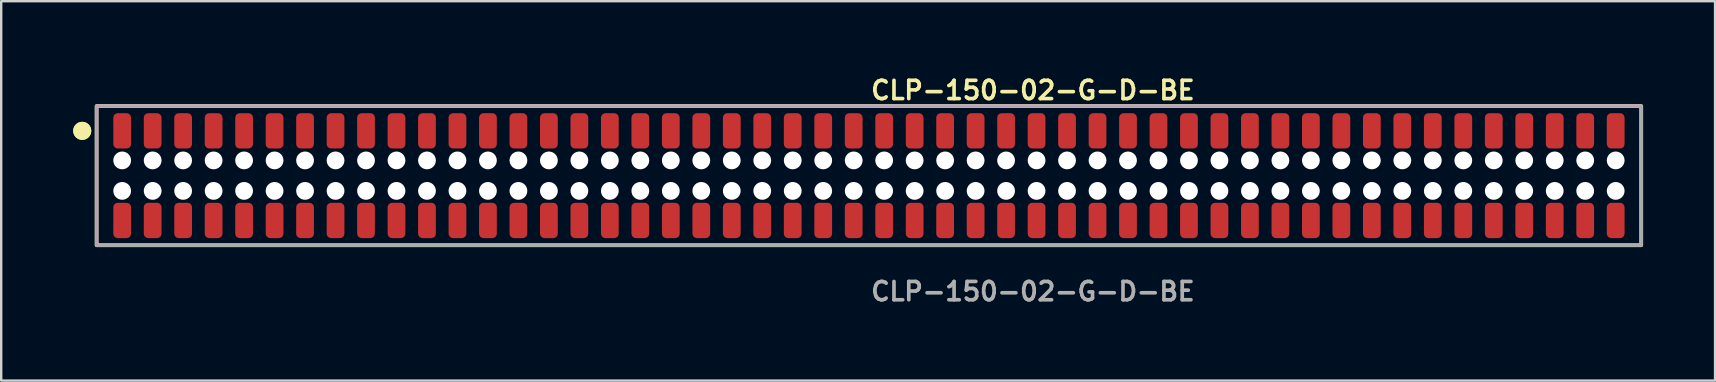
<source format=kicad_pcb>
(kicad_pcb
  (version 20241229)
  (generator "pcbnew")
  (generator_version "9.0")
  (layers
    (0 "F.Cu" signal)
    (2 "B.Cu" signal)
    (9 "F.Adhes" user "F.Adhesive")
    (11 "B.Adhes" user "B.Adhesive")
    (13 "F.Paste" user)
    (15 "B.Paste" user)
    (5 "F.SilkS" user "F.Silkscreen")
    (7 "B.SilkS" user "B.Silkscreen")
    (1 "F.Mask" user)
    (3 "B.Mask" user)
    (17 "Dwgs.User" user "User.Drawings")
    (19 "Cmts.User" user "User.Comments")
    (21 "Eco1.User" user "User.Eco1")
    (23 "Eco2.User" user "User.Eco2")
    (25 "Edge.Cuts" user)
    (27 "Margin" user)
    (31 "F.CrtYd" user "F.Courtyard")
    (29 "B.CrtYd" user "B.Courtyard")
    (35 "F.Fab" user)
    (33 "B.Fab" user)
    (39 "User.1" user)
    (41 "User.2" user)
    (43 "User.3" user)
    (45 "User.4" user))
  (footprint "CLP-150-02-G-D-BE"
    (layer "F.Cu")
    (at 33.156 4.269)
    (property "Reference" "CLP-150-02-G-D-BE" (at 0 -3.556 0) (unlocked yes) (layer "F.SilkS") (effects (font (size 0.762 0.762) (thickness 0.152)) (justify left)))
    (fp_rect (start -32.18 2.9) (end 32.18 -2.9) (stroke (width 0.152) (type solid)) (fill no) (layer "F.SilkS"))
    (fp_circle (center -32.78 -1.867) (end -33.08 -1.867) (stroke (width 0.152) (type solid)) (fill yes) (layer "F.SilkS"))
    (fp_circle (center -32.78 -1.867) (end -33.08 -1.867) (stroke (width 0.152) (type solid)) (fill yes) (layer "F.SilkS"))
    (fp_rect (start -32.18 2.9) (end 32.18 -2.9) (stroke (width 0.006) (type solid)) (fill no) (layer "F.CrtYd"))
    (fp_rect (start -32.18 2.9) (end 32.18 -2.9) (stroke (width 0.152) (type solid)) (fill no) (layer "F.Fab"))
    (fp_text user "${REFERENCE}" (at 0 4.826 0) (unlocked yes) (layer "F.Fab") (effects (font (size 0.762 0.762) (thickness 0.152)) (justify left)))
    (pad "" np_thru_hole circle (at -31.115 -0.635) (size 0.74 0.74) (drill 0.74) (layers "*.Cu" "*.Mask"))
    (pad "" np_thru_hole circle (at -31.115 0.635) (size 0.74 0.74) (drill 0.74) (layers "*.Cu" "*.Mask"))
    (pad "" np_thru_hole circle (at -29.845 -0.635) (size 0.74 0.74) (drill 0.74) (layers "*.Cu" "*.Mask"))
    (pad "" np_thru_hole circle (at -29.845 0.635) (size 0.74 0.74) (drill 0.74) (layers "*.Cu" "*.Mask"))
    (pad "" np_thru_hole circle (at -28.575 -0.635) (size 0.74 0.74) (drill 0.74) (layers "*.Cu" "*.Mask"))
    (pad "" np_thru_hole circle (at -28.575 0.635) (size 0.74 0.74) (drill 0.74) (layers "*.Cu" "*.Mask"))
    (pad "" np_thru_hole circle (at -27.305 -0.635) (size 0.74 0.74) (drill 0.74) (layers "*.Cu" "*.Mask"))
    (pad "" np_thru_hole circle (at -27.305 0.635) (size 0.74 0.74) (drill 0.74) (layers "*.Cu" "*.Mask"))
    (pad "" np_thru_hole circle (at -26.035 -0.635) (size 0.74 0.74) (drill 0.74) (layers "*.Cu" "*.Mask"))
    (pad "" np_thru_hole circle (at -26.035 0.635) (size 0.74 0.74) (drill 0.74) (layers "*.Cu" "*.Mask"))
    (pad "" np_thru_hole circle (at -24.765 -0.635) (size 0.74 0.74) (drill 0.74) (layers "*.Cu" "*.Mask"))
    (pad "" np_thru_hole circle (at -24.765 0.635) (size 0.74 0.74) (drill 0.74) (layers "*.Cu" "*.Mask"))
    (pad "" np_thru_hole circle (at -23.495 -0.635) (size 0.74 0.74) (drill 0.74) (layers "*.Cu" "*.Mask"))
    (pad "" np_thru_hole circle (at -23.495 0.635) (size 0.74 0.74) (drill 0.74) (layers "*.Cu" "*.Mask"))
    (pad "" np_thru_hole circle (at -22.225 -0.635) (size 0.74 0.74) (drill 0.74) (layers "*.Cu" "*.Mask"))
    (pad "" np_thru_hole circle (at -22.225 0.635) (size 0.74 0.74) (drill 0.74) (layers "*.Cu" "*.Mask"))
    (pad "" np_thru_hole circle (at -20.955 -0.635) (size 0.74 0.74) (drill 0.74) (layers "*.Cu" "*.Mask"))
    (pad "" np_thru_hole circle (at -20.955 0.635) (size 0.74 0.74) (drill 0.74) (layers "*.Cu" "*.Mask"))
    (pad "" np_thru_hole circle (at -19.685 -0.635) (size 0.74 0.74) (drill 0.74) (layers "*.Cu" "*.Mask"))
    (pad "" np_thru_hole circle (at -19.685 0.635) (size 0.74 0.74) (drill 0.74) (layers "*.Cu" "*.Mask"))
    (pad "" np_thru_hole circle (at -18.415 -0.635) (size 0.74 0.74) (drill 0.74) (layers "*.Cu" "*.Mask"))
    (pad "" np_thru_hole circle (at -18.415 0.635) (size 0.74 0.74) (drill 0.74) (layers "*.Cu" "*.Mask"))
    (pad "" np_thru_hole circle (at -17.145 -0.635) (size 0.74 0.74) (drill 0.74) (layers "*.Cu" "*.Mask"))
    (pad "" np_thru_hole circle (at -17.145 0.635) (size 0.74 0.74) (drill 0.74) (layers "*.Cu" "*.Mask"))
    (pad "" np_thru_hole circle (at -15.875 -0.635) (size 0.74 0.74) (drill 0.74) (layers "*.Cu" "*.Mask"))
    (pad "" np_thru_hole circle (at -15.875 0.635) (size 0.74 0.74) (drill 0.74) (layers "*.Cu" "*.Mask"))
    (pad "" np_thru_hole circle (at -14.605 -0.635) (size 0.74 0.74) (drill 0.74) (layers "*.Cu" "*.Mask"))
    (pad "" np_thru_hole circle (at -14.605 0.635) (size 0.74 0.74) (drill 0.74) (layers "*.Cu" "*.Mask"))
    (pad "" np_thru_hole circle (at -13.335 -0.635) (size 0.74 0.74) (drill 0.74) (layers "*.Cu" "*.Mask"))
    (pad "" np_thru_hole circle (at -13.335 0.635) (size 0.74 0.74) (drill 0.74) (layers "*.Cu" "*.Mask"))
    (pad "" np_thru_hole circle (at -12.065 -0.635) (size 0.74 0.74) (drill 0.74) (layers "*.Cu" "*.Mask"))
    (pad "" np_thru_hole circle (at -12.065 0.635) (size 0.74 0.74) (drill 0.74) (layers "*.Cu" "*.Mask"))
    (pad "" np_thru_hole circle (at -10.795 -0.635) (size 0.74 0.74) (drill 0.74) (layers "*.Cu" "*.Mask"))
    (pad "" np_thru_hole circle (at -10.795 0.635) (size 0.74 0.74) (drill 0.74) (layers "*.Cu" "*.Mask"))
    (pad "" np_thru_hole circle (at -9.525 -0.635) (size 0.74 0.74) (drill 0.74) (layers "*.Cu" "*.Mask"))
    (pad "" np_thru_hole circle (at -9.525 0.635) (size 0.74 0.74) (drill 0.74) (layers "*.Cu" "*.Mask"))
    (pad "" np_thru_hole circle (at -8.255 -0.635) (size 0.74 0.74) (drill 0.74) (layers "*.Cu" "*.Mask"))
    (pad "" np_thru_hole circle (at -8.255 0.635) (size 0.74 0.74) (drill 0.74) (layers "*.Cu" "*.Mask"))
    (pad "" np_thru_hole circle (at -6.985 -0.635) (size 0.74 0.74) (drill 0.74) (layers "*.Cu" "*.Mask"))
    (pad "" np_thru_hole circle (at -6.985 0.635) (size 0.74 0.74) (drill 0.74) (layers "*.Cu" "*.Mask"))
    (pad "" np_thru_hole circle (at -5.715 -0.635) (size 0.74 0.74) (drill 0.74) (layers "*.Cu" "*.Mask"))
    (pad "" np_thru_hole circle (at -5.715 0.635) (size 0.74 0.74) (drill 0.74) (layers "*.Cu" "*.Mask"))
    (pad "" np_thru_hole circle (at -4.445 -0.635) (size 0.74 0.74) (drill 0.74) (layers "*.Cu" "*.Mask"))
    (pad "" np_thru_hole circle (at -4.445 0.635) (size 0.74 0.74) (drill 0.74) (layers "*.Cu" "*.Mask"))
    (pad "" np_thru_hole circle (at -3.175 -0.635) (size 0.74 0.74) (drill 0.74) (layers "*.Cu" "*.Mask"))
    (pad "" np_thru_hole circle (at -3.175 0.635) (size 0.74 0.74) (drill 0.74) (layers "*.Cu" "*.Mask"))
    (pad "" np_thru_hole circle (at -1.905 -0.635) (size 0.74 0.74) (drill 0.74) (layers "*.Cu" "*.Mask"))
    (pad "" np_thru_hole circle (at -1.905 0.635) (size 0.74 0.74) (drill 0.74) (layers "*.Cu" "*.Mask"))
    (pad "" np_thru_hole circle (at -0.635 -0.635) (size 0.74 0.74) (drill 0.74) (layers "*.Cu" "*.Mask"))
    (pad "" np_thru_hole circle (at -0.635 0.635) (size 0.74 0.74) (drill 0.74) (layers "*.Cu" "*.Mask"))
    (pad "" np_thru_hole circle (at 0.635 -0.635) (size 0.74 0.74) (drill 0.74) (layers "*.Cu" "*.Mask"))
    (pad "" np_thru_hole circle (at 0.635 0.635) (size 0.74 0.74) (drill 0.74) (layers "*.Cu" "*.Mask"))
    (pad "" np_thru_hole circle (at 1.905 -0.635) (size 0.74 0.74) (drill 0.74) (layers "*.Cu" "*.Mask"))
    (pad "" np_thru_hole circle (at 1.905 0.635) (size 0.74 0.74) (drill 0.74) (layers "*.Cu" "*.Mask"))
    (pad "" np_thru_hole circle (at 3.175 -0.635) (size 0.74 0.74) (drill 0.74) (layers "*.Cu" "*.Mask"))
    (pad "" np_thru_hole circle (at 3.175 0.635) (size 0.74 0.74) (drill 0.74) (layers "*.Cu" "*.Mask"))
    (pad "" np_thru_hole circle (at 4.445 -0.635) (size 0.74 0.74) (drill 0.74) (layers "*.Cu" "*.Mask"))
    (pad "" np_thru_hole circle (at 4.445 0.635) (size 0.74 0.74) (drill 0.74) (layers "*.Cu" "*.Mask"))
    (pad "" np_thru_hole circle (at 5.715 -0.635) (size 0.74 0.74) (drill 0.74) (layers "*.Cu" "*.Mask"))
    (pad "" np_thru_hole circle (at 5.715 0.635) (size 0.74 0.74) (drill 0.74) (layers "*.Cu" "*.Mask"))
    (pad "" np_thru_hole circle (at 6.985 -0.635) (size 0.74 0.74) (drill 0.74) (layers "*.Cu" "*.Mask"))
    (pad "" np_thru_hole circle (at 6.985 0.635) (size 0.74 0.74) (drill 0.74) (layers "*.Cu" "*.Mask"))
    (pad "" np_thru_hole circle (at 8.255 -0.635) (size 0.74 0.74) (drill 0.74) (layers "*.Cu" "*.Mask"))
    (pad "" np_thru_hole circle (at 8.255 0.635) (size 0.74 0.74) (drill 0.74) (layers "*.Cu" "*.Mask"))
    (pad "" np_thru_hole circle (at 9.525 -0.635) (size 0.74 0.74) (drill 0.74) (layers "*.Cu" "*.Mask"))
    (pad "" np_thru_hole circle (at 9.525 0.635) (size 0.74 0.74) (drill 0.74) (layers "*.Cu" "*.Mask"))
    (pad "" np_thru_hole circle (at 10.795 -0.635) (size 0.74 0.74) (drill 0.74) (layers "*.Cu" "*.Mask"))
    (pad "" np_thru_hole circle (at 10.795 0.635) (size 0.74 0.74) (drill 0.74) (layers "*.Cu" "*.Mask"))
    (pad "" np_thru_hole circle (at 12.065 -0.635) (size 0.74 0.74) (drill 0.74) (layers "*.Cu" "*.Mask"))
    (pad "" np_thru_hole circle (at 12.065 0.635) (size 0.74 0.74) (drill 0.74) (layers "*.Cu" "*.Mask"))
    (pad "" np_thru_hole circle (at 13.335 -0.635) (size 0.74 0.74) (drill 0.74) (layers "*.Cu" "*.Mask"))
    (pad "" np_thru_hole circle (at 13.335 0.635) (size 0.74 0.74) (drill 0.74) (layers "*.Cu" "*.Mask"))
    (pad "" np_thru_hole circle (at 14.605 -0.635) (size 0.74 0.74) (drill 0.74) (layers "*.Cu" "*.Mask"))
    (pad "" np_thru_hole circle (at 14.605 0.635) (size 0.74 0.74) (drill 0.74) (layers "*.Cu" "*.Mask"))
    (pad "" np_thru_hole circle (at 15.875 -0.635) (size 0.74 0.74) (drill 0.74) (layers "*.Cu" "*.Mask"))
    (pad "" np_thru_hole circle (at 15.875 0.635) (size 0.74 0.74) (drill 0.74) (layers "*.Cu" "*.Mask"))
    (pad "" np_thru_hole circle (at 17.145 -0.635) (size 0.74 0.74) (drill 0.74) (layers "*.Cu" "*.Mask"))
    (pad "" np_thru_hole circle (at 17.145 0.635) (size 0.74 0.74) (drill 0.74) (layers "*.Cu" "*.Mask"))
    (pad "" np_thru_hole circle (at 18.415 -0.635) (size 0.74 0.74) (drill 0.74) (layers "*.Cu" "*.Mask"))
    (pad "" np_thru_hole circle (at 18.415 0.635) (size 0.74 0.74) (drill 0.74) (layers "*.Cu" "*.Mask"))
    (pad "" np_thru_hole circle (at 19.685 -0.635) (size 0.74 0.74) (drill 0.74) (layers "*.Cu" "*.Mask"))
    (pad "" np_thru_hole circle (at 19.685 0.635) (size 0.74 0.74) (drill 0.74) (layers "*.Cu" "*.Mask"))
    (pad "" np_thru_hole circle (at 20.955 -0.635) (size 0.74 0.74) (drill 0.74) (layers "*.Cu" "*.Mask"))
    (pad "" np_thru_hole circle (at 20.955 0.635) (size 0.74 0.74) (drill 0.74) (layers "*.Cu" "*.Mask"))
    (pad "" np_thru_hole circle (at 22.225 -0.635) (size 0.74 0.74) (drill 0.74) (layers "*.Cu" "*.Mask"))
    (pad "" np_thru_hole circle (at 22.225 0.635) (size 0.74 0.74) (drill 0.74) (layers "*.Cu" "*.Mask"))
    (pad "" np_thru_hole circle (at 23.495 -0.635) (size 0.74 0.74) (drill 0.74) (layers "*.Cu" "*.Mask"))
    (pad "" np_thru_hole circle (at 23.495 0.635) (size 0.74 0.74) (drill 0.74) (layers "*.Cu" "*.Mask"))
    (pad "" np_thru_hole circle (at 24.765 -0.635) (size 0.74 0.74) (drill 0.74) (layers "*.Cu" "*.Mask"))
    (pad "" np_thru_hole circle (at 24.765 0.635) (size 0.74 0.74) (drill 0.74) (layers "*.Cu" "*.Mask"))
    (pad "" np_thru_hole circle (at 26.035 -0.635) (size 0.74 0.74) (drill 0.74) (layers "*.Cu" "*.Mask"))
    (pad "" np_thru_hole circle (at 26.035 0.635) (size 0.74 0.74) (drill 0.74) (layers "*.Cu" "*.Mask"))
    (pad "" np_thru_hole circle (at 27.305 -0.635) (size 0.74 0.74) (drill 0.74) (layers "*.Cu" "*.Mask"))
    (pad "" np_thru_hole circle (at 27.305 0.635) (size 0.74 0.74) (drill 0.74) (layers "*.Cu" "*.Mask"))
    (pad "" np_thru_hole circle (at 28.575 -0.635) (size 0.74 0.74) (drill 0.74) (layers "*.Cu" "*.Mask"))
    (pad "" np_thru_hole circle (at 28.575 0.635) (size 0.74 0.74) (drill 0.74) (layers "*.Cu" "*.Mask"))
    (pad "" np_thru_hole circle (at 29.845 -0.635) (size 0.74 0.74) (drill 0.74) (layers "*.Cu" "*.Mask"))
    (pad "" np_thru_hole circle (at 29.845 0.635) (size 0.74 0.74) (drill 0.74) (layers "*.Cu" "*.Mask"))
    (pad "" np_thru_hole circle (at 31.115 -0.635) (size 0.74 0.74) (drill 0.74) (layers "*.Cu" "*.Mask"))
    (pad "" np_thru_hole circle (at 31.115 0.635) (size 0.74 0.74) (drill 0.74) (layers "*.Cu" "*.Mask"))
    (pad "1" smd roundrect (at -31.115 -1.867) (size 0.74 1.47) (layers "F.Cu" "F.Paste") (roundrect_rratio 0.25))
    (pad "2" smd roundrect (at -31.115 1.867) (size 0.74 1.47) (layers "F.Cu" "F.Paste") (roundrect_rratio 0.25))
    (pad "3" smd roundrect (at -29.845 -1.867) (size 0.74 1.47) (layers "F.Cu" "F.Paste") (roundrect_rratio 0.25))
    (pad "4" smd roundrect (at -29.845 1.867) (size 0.74 1.47) (layers "F.Cu" "F.Paste") (roundrect_rratio 0.25))
    (pad "5" smd roundrect (at -28.575 -1.867) (size 0.74 1.47) (layers "F.Cu" "F.Paste") (roundrect_rratio 0.25))
    (pad "6" smd roundrect (at -28.575 1.867) (size 0.74 1.47) (layers "F.Cu" "F.Paste") (roundrect_rratio 0.25))
    (pad "7" smd roundrect (at -27.305 -1.867) (size 0.74 1.47) (layers "F.Cu" "F.Paste") (roundrect_rratio 0.25))
    (pad "8" smd roundrect (at -27.305 1.867) (size 0.74 1.47) (layers "F.Cu" "F.Paste") (roundrect_rratio 0.25))
    (pad "9" smd roundrect (at -26.035 -1.867) (size 0.74 1.47) (layers "F.Cu" "F.Paste") (roundrect_rratio 0.25))
    (pad "10" smd roundrect (at -26.035 1.867) (size 0.74 1.47) (layers "F.Cu" "F.Paste") (roundrect_rratio 0.25))
    (pad "11" smd roundrect (at -24.765 -1.867) (size 0.74 1.47) (layers "F.Cu" "F.Paste") (roundrect_rratio 0.25))
    (pad "12" smd roundrect (at -24.765 1.867) (size 0.74 1.47) (layers "F.Cu" "F.Paste") (roundrect_rratio 0.25))
    (pad "13" smd roundrect (at -23.495 -1.867) (size 0.74 1.47) (layers "F.Cu" "F.Paste") (roundrect_rratio 0.25))
    (pad "14" smd roundrect (at -23.495 1.867) (size 0.74 1.47) (layers "F.Cu" "F.Paste") (roundrect_rratio 0.25))
    (pad "15" smd roundrect (at -22.225 -1.867) (size 0.74 1.47) (layers "F.Cu" "F.Paste") (roundrect_rratio 0.25))
    (pad "16" smd roundrect (at -22.225 1.867) (size 0.74 1.47) (layers "F.Cu" "F.Paste") (roundrect_rratio 0.25))
    (pad "17" smd roundrect (at -20.955 -1.867) (size 0.74 1.47) (layers "F.Cu" "F.Paste") (roundrect_rratio 0.25))
    (pad "18" smd roundrect (at -20.955 1.867) (size 0.74 1.47) (layers "F.Cu" "F.Paste") (roundrect_rratio 0.25))
    (pad "19" smd roundrect (at -19.685 -1.867) (size 0.74 1.47) (layers "F.Cu" "F.Paste") (roundrect_rratio 0.25))
    (pad "20" smd roundrect (at -19.685 1.867) (size 0.74 1.47) (layers "F.Cu" "F.Paste") (roundrect_rratio 0.25))
    (pad "21" smd roundrect (at -18.415 -1.867) (size 0.74 1.47) (layers "F.Cu" "F.Paste") (roundrect_rratio 0.25))
    (pad "22" smd roundrect (at -18.415 1.867) (size 0.74 1.47) (layers "F.Cu" "F.Paste") (roundrect_rratio 0.25))
    (pad "23" smd roundrect (at -17.145 -1.867) (size 0.74 1.47) (layers "F.Cu" "F.Paste") (roundrect_rratio 0.25))
    (pad "24" smd roundrect (at -17.145 1.867) (size 0.74 1.47) (layers "F.Cu" "F.Paste") (roundrect_rratio 0.25))
    (pad "25" smd roundrect (at -15.875 -1.867) (size 0.74 1.47) (layers "F.Cu" "F.Paste") (roundrect_rratio 0.25))
    (pad "26" smd roundrect (at -15.875 1.867) (size 0.74 1.47) (layers "F.Cu" "F.Paste") (roundrect_rratio 0.25))
    (pad "27" smd roundrect (at -14.605 -1.867) (size 0.74 1.47) (layers "F.Cu" "F.Paste") (roundrect_rratio 0.25))
    (pad "28" smd roundrect (at -14.605 1.867) (size 0.74 1.47) (layers "F.Cu" "F.Paste") (roundrect_rratio 0.25))
    (pad "29" smd roundrect (at -13.335 -1.867) (size 0.74 1.47) (layers "F.Cu" "F.Paste") (roundrect_rratio 0.25))
    (pad "30" smd roundrect (at -13.335 1.867) (size 0.74 1.47) (layers "F.Cu" "F.Paste") (roundrect_rratio 0.25))
    (pad "31" smd roundrect (at -12.065 -1.867) (size 0.74 1.47) (layers "F.Cu" "F.Paste") (roundrect_rratio 0.25))
    (pad "32" smd roundrect (at -12.065 1.867) (size 0.74 1.47) (layers "F.Cu" "F.Paste") (roundrect_rratio 0.25))
    (pad "33" smd roundrect (at -10.795 -1.867) (size 0.74 1.47) (layers "F.Cu" "F.Paste") (roundrect_rratio 0.25))
    (pad "34" smd roundrect (at -10.795 1.867) (size 0.74 1.47) (layers "F.Cu" "F.Paste") (roundrect_rratio 0.25))
    (pad "35" smd roundrect (at -9.525 -1.867) (size 0.74 1.47) (layers "F.Cu" "F.Paste") (roundrect_rratio 0.25))
    (pad "36" smd roundrect (at -9.525 1.867) (size 0.74 1.47) (layers "F.Cu" "F.Paste") (roundrect_rratio 0.25))
    (pad "37" smd roundrect (at -8.255 -1.867) (size 0.74 1.47) (layers "F.Cu" "F.Paste") (roundrect_rratio 0.25))
    (pad "38" smd roundrect (at -8.255 1.867) (size 0.74 1.47) (layers "F.Cu" "F.Paste") (roundrect_rratio 0.25))
    (pad "39" smd roundrect (at -6.985 -1.867) (size 0.74 1.47) (layers "F.Cu" "F.Paste") (roundrect_rratio 0.25))
    (pad "40" smd roundrect (at -6.985 1.867) (size 0.74 1.47) (layers "F.Cu" "F.Paste") (roundrect_rratio 0.25))
    (pad "41" smd roundrect (at -5.715 -1.867) (size 0.74 1.47) (layers "F.Cu" "F.Paste") (roundrect_rratio 0.25))
    (pad "42" smd roundrect (at -5.715 1.867) (size 0.74 1.47) (layers "F.Cu" "F.Paste") (roundrect_rratio 0.25))
    (pad "43" smd roundrect (at -4.445 -1.867) (size 0.74 1.47) (layers "F.Cu" "F.Paste") (roundrect_rratio 0.25))
    (pad "44" smd roundrect (at -4.445 1.867) (size 0.74 1.47) (layers "F.Cu" "F.Paste") (roundrect_rratio 0.25))
    (pad "45" smd roundrect (at -3.175 -1.867) (size 0.74 1.47) (layers "F.Cu" "F.Paste") (roundrect_rratio 0.25))
    (pad "46" smd roundrect (at -3.175 1.867) (size 0.74 1.47) (layers "F.Cu" "F.Paste") (roundrect_rratio 0.25))
    (pad "47" smd roundrect (at -1.905 -1.867) (size 0.74 1.47) (layers "F.Cu" "F.Paste") (roundrect_rratio 0.25))
    (pad "48" smd roundrect (at -1.905 1.867) (size 0.74 1.47) (layers "F.Cu" "F.Paste") (roundrect_rratio 0.25))
    (pad "49" smd roundrect (at -0.635 -1.867) (size 0.74 1.47) (layers "F.Cu" "F.Paste") (roundrect_rratio 0.25))
    (pad "50" smd roundrect (at -0.635 1.867) (size 0.74 1.47) (layers "F.Cu" "F.Paste") (roundrect_rratio 0.25))
    (pad "51" smd roundrect (at 0.635 -1.867) (size 0.74 1.47) (layers "F.Cu" "F.Paste") (roundrect_rratio 0.25))
    (pad "52" smd roundrect (at 0.635 1.867) (size 0.74 1.47) (layers "F.Cu" "F.Paste") (roundrect_rratio 0.25))
    (pad "53" smd roundrect (at 1.905 -1.867) (size 0.74 1.47) (layers "F.Cu" "F.Paste") (roundrect_rratio 0.25))
    (pad "54" smd roundrect (at 1.905 1.867) (size 0.74 1.47) (layers "F.Cu" "F.Paste") (roundrect_rratio 0.25))
    (pad "55" smd roundrect (at 3.175 -1.867) (size 0.74 1.47) (layers "F.Cu" "F.Paste") (roundrect_rratio 0.25))
    (pad "56" smd roundrect (at 3.175 1.867) (size 0.74 1.47) (layers "F.Cu" "F.Paste") (roundrect_rratio 0.25))
    (pad "57" smd roundrect (at 4.445 -1.867) (size 0.74 1.47) (layers "F.Cu" "F.Paste") (roundrect_rratio 0.25))
    (pad "58" smd roundrect (at 4.445 1.867) (size 0.74 1.47) (layers "F.Cu" "F.Paste") (roundrect_rratio 0.25))
    (pad "59" smd roundrect (at 5.715 -1.867) (size 0.74 1.47) (layers "F.Cu" "F.Paste") (roundrect_rratio 0.25))
    (pad "60" smd roundrect (at 5.715 1.867) (size 0.74 1.47) (layers "F.Cu" "F.Paste") (roundrect_rratio 0.25))
    (pad "61" smd roundrect (at 6.985 -1.867) (size 0.74 1.47) (layers "F.Cu" "F.Paste") (roundrect_rratio 0.25))
    (pad "62" smd roundrect (at 6.985 1.867) (size 0.74 1.47) (layers "F.Cu" "F.Paste") (roundrect_rratio 0.25))
    (pad "63" smd roundrect (at 8.255 -1.867) (size 0.74 1.47) (layers "F.Cu" "F.Paste") (roundrect_rratio 0.25))
    (pad "64" smd roundrect (at 8.255 1.867) (size 0.74 1.47) (layers "F.Cu" "F.Paste") (roundrect_rratio 0.25))
    (pad "65" smd roundrect (at 9.525 -1.867) (size 0.74 1.47) (layers "F.Cu" "F.Paste") (roundrect_rratio 0.25))
    (pad "66" smd roundrect (at 9.525 1.867) (size 0.74 1.47) (layers "F.Cu" "F.Paste") (roundrect_rratio 0.25))
    (pad "67" smd roundrect (at 10.795 -1.867) (size 0.74 1.47) (layers "F.Cu" "F.Paste") (roundrect_rratio 0.25))
    (pad "68" smd roundrect (at 10.795 1.867) (size 0.74 1.47) (layers "F.Cu" "F.Paste") (roundrect_rratio 0.25))
    (pad "69" smd roundrect (at 12.065 -1.867) (size 0.74 1.47) (layers "F.Cu" "F.Paste") (roundrect_rratio 0.25))
    (pad "70" smd roundrect (at 12.065 1.867) (size 0.74 1.47) (layers "F.Cu" "F.Paste") (roundrect_rratio 0.25))
    (pad "71" smd roundrect (at 13.335 -1.867) (size 0.74 1.47) (layers "F.Cu" "F.Paste") (roundrect_rratio 0.25))
    (pad "72" smd roundrect (at 13.335 1.867) (size 0.74 1.47) (layers "F.Cu" "F.Paste") (roundrect_rratio 0.25))
    (pad "73" smd roundrect (at 14.605 -1.867) (size 0.74 1.47) (layers "F.Cu" "F.Paste") (roundrect_rratio 0.25))
    (pad "74" smd roundrect (at 14.605 1.867) (size 0.74 1.47) (layers "F.Cu" "F.Paste") (roundrect_rratio 0.25))
    (pad "75" smd roundrect (at 15.875 -1.867) (size 0.74 1.47) (layers "F.Cu" "F.Paste") (roundrect_rratio 0.25))
    (pad "76" smd roundrect (at 15.875 1.867) (size 0.74 1.47) (layers "F.Cu" "F.Paste") (roundrect_rratio 0.25))
    (pad "77" smd roundrect (at 17.145 -1.867) (size 0.74 1.47) (layers "F.Cu" "F.Paste") (roundrect_rratio 0.25))
    (pad "78" smd roundrect (at 17.145 1.867) (size 0.74 1.47) (layers "F.Cu" "F.Paste") (roundrect_rratio 0.25))
    (pad "79" smd roundrect (at 18.415 -1.867) (size 0.74 1.47) (layers "F.Cu" "F.Paste") (roundrect_rratio 0.25))
    (pad "80" smd roundrect (at 18.415 1.867) (size 0.74 1.47) (layers "F.Cu" "F.Paste") (roundrect_rratio 0.25))
    (pad "81" smd roundrect (at 19.685 -1.867) (size 0.74 1.47) (layers "F.Cu" "F.Paste") (roundrect_rratio 0.25))
    (pad "82" smd roundrect (at 19.685 1.867) (size 0.74 1.47) (layers "F.Cu" "F.Paste") (roundrect_rratio 0.25))
    (pad "83" smd roundrect (at 20.955 -1.867) (size 0.74 1.47) (layers "F.Cu" "F.Paste") (roundrect_rratio 0.25))
    (pad "84" smd roundrect (at 20.955 1.867) (size 0.74 1.47) (layers "F.Cu" "F.Paste") (roundrect_rratio 0.25))
    (pad "85" smd roundrect (at 22.225 -1.867) (size 0.74 1.47) (layers "F.Cu" "F.Paste") (roundrect_rratio 0.25))
    (pad "86" smd roundrect (at 22.225 1.867) (size 0.74 1.47) (layers "F.Cu" "F.Paste") (roundrect_rratio 0.25))
    (pad "87" smd roundrect (at 23.495 -1.867) (size 0.74 1.47) (layers "F.Cu" "F.Paste") (roundrect_rratio 0.25))
    (pad "88" smd roundrect (at 23.495 1.867) (size 0.74 1.47) (layers "F.Cu" "F.Paste") (roundrect_rratio 0.25))
    (pad "89" smd roundrect (at 24.765 -1.867) (size 0.74 1.47) (layers "F.Cu" "F.Paste") (roundrect_rratio 0.25))
    (pad "90" smd roundrect (at 24.765 1.867) (size 0.74 1.47) (layers "F.Cu" "F.Paste") (roundrect_rratio 0.25))
    (pad "91" smd roundrect (at 26.035 -1.867) (size 0.74 1.47) (layers "F.Cu" "F.Paste") (roundrect_rratio 0.25))
    (pad "92" smd roundrect (at 26.035 1.867) (size 0.74 1.47) (layers "F.Cu" "F.Paste") (roundrect_rratio 0.25))
    (pad "93" smd roundrect (at 27.305 -1.867) (size 0.74 1.47) (layers "F.Cu" "F.Paste") (roundrect_rratio 0.25))
    (pad "94" smd roundrect (at 27.305 1.867) (size 0.74 1.47) (layers "F.Cu" "F.Paste") (roundrect_rratio 0.25))
    (pad "95" smd roundrect (at 28.575 -1.867) (size 0.74 1.47) (layers "F.Cu" "F.Paste") (roundrect_rratio 0.25))
    (pad "96" smd roundrect (at 28.575 1.867) (size 0.74 1.47) (layers "F.Cu" "F.Paste") (roundrect_rratio 0.25))
    (pad "97" smd roundrect (at 29.845 -1.867) (size 0.74 1.47) (layers "F.Cu" "F.Paste") (roundrect_rratio 0.25))
    (pad "98" smd roundrect (at 29.845 1.867) (size 0.74 1.47) (layers "F.Cu" "F.Paste") (roundrect_rratio 0.25))
    (pad "99" smd roundrect (at 31.115 -1.867) (size 0.74 1.47) (layers "F.Cu" "F.Paste") (roundrect_rratio 0.25))
    (pad "100" smd roundrect (at 31.115 1.867) (size 0.74 1.47) (layers "F.Cu" "F.Paste") (roundrect_rratio 0.25)))
  (gr_rect
    (start -3 -3)
    (end 68.412 12.808)
    (stroke (width 0.1) (type default))
    (fill no)
    (layer "Edge.Cuts")))
</source>
